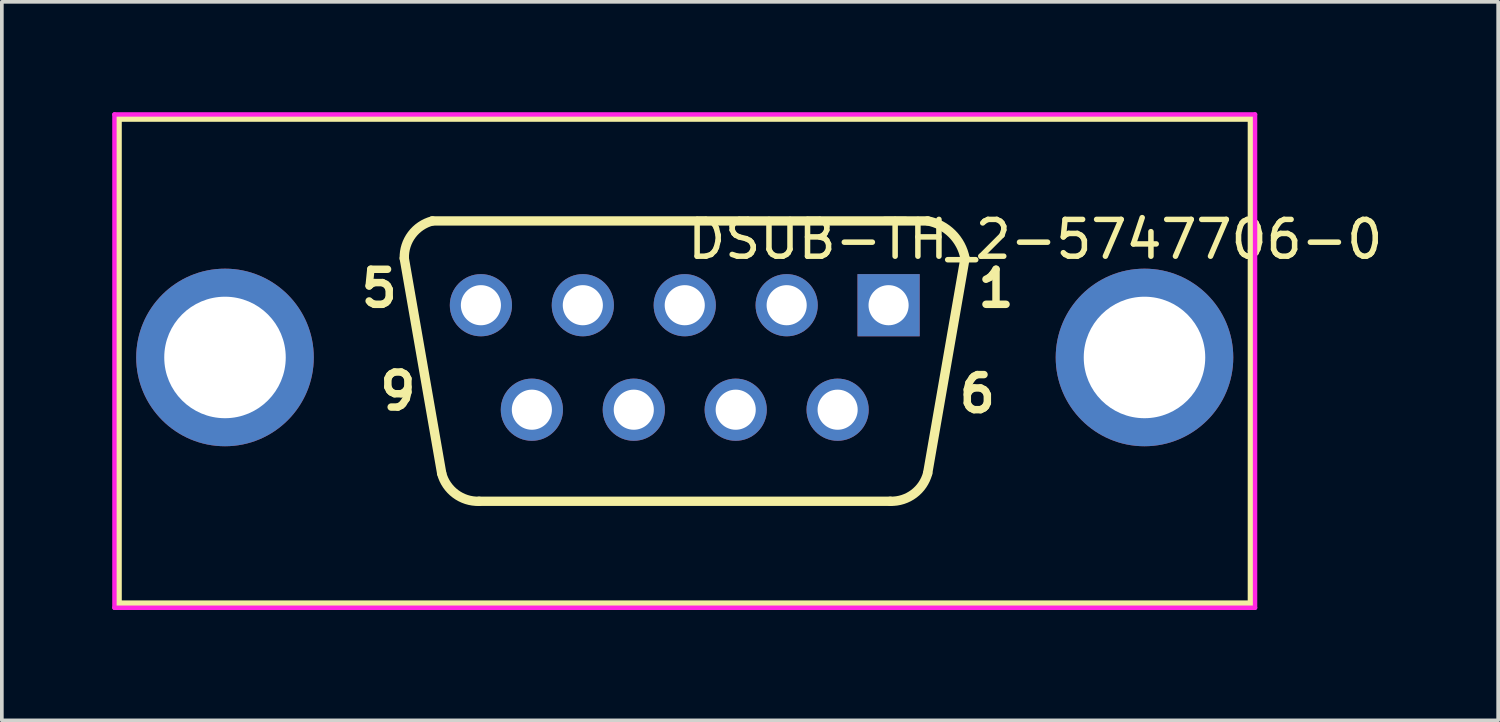
<source format=kicad_pcb>
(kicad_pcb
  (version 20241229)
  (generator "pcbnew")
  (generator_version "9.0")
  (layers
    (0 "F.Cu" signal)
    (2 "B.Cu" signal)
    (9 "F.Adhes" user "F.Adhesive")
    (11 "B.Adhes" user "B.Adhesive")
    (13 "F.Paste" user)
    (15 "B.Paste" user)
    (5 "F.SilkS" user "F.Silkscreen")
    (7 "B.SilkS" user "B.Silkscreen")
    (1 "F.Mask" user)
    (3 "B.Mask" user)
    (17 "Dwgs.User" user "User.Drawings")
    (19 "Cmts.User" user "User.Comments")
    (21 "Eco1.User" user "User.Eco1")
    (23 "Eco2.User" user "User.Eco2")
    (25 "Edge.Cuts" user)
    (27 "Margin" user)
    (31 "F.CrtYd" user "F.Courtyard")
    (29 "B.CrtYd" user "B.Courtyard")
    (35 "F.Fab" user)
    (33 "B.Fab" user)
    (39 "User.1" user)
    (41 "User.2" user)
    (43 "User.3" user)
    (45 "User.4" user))
  (footprint "DSUB-TH_2-5747706-0"
    (layer "F.Cu")
    (at 15.56 6.665)
    (property "Reference" "DSUB-TH_2-5747706-0" (at 0 -3.207 0) (layer "F.SilkS") (effects (font (size 1 1) (thickness 0.15)) (justify left)))
    (attr through_hole)
    (fp_line (start -15.4 -6.505) (end 15.4 -6.505) (stroke (width 0.2) (type solid)) (layer "F.SilkS"))
    (fp_line (start -15.4 6.703) (end -15.4 -6.505) (stroke (width 0.2) (type solid)) (layer "F.SilkS"))
    (fp_line (start -7.623 -2.695) (end -6.606 3.147) (stroke (width 0.254) (type solid)) (layer "F.SilkS"))
    (fp_line (start -6.86 -3.711) (end 6.602 -3.711) (stroke (width 0.254) (type solid)) (layer "F.SilkS"))
    (fp_line (start -5.59 3.909) (end 5.586 3.909) (stroke (width 0.254) (type solid)) (layer "F.SilkS"))
    (fp_line (start 6.602 3.147) (end 7.617 -2.695) (stroke (width 0.254) (type solid)) (layer "F.SilkS"))
    (fp_line (start 15.4 -6.505) (end 15.4 -2.9) (stroke (width 0.2) (type solid)) (layer "F.SilkS"))
    (fp_line (start 15.4 -2.9) (end 15.4 6.703) (stroke (width 0.2) (type solid)) (layer "F.SilkS"))
    (fp_line (start 15.4 6.703) (end -15.4 6.703) (stroke (width 0.2) (type solid)) (layer "F.SilkS"))
    (fp_arc (start -7.622 -2.695) (mid -7.418437 -3.335771) (end -6.860181 -3.710438) (stroke (width 0.254) (type solid)) (layer "F.SilkS"))
    (fp_arc (start -5.59 3.909) (mid -6.231611 3.705842) (end -6.607188 3.14738) (stroke (width 0.254) (type solid)) (layer "F.SilkS"))
    (fp_arc (start 6.602 -3.711) (mid 7.26656 -3.359479) (end 7.617283 -2.694498) (stroke (width 0.254) (type solid)) (layer "F.SilkS"))
    (fp_arc (start 6.602 3.147) (mid 6.226701 3.705428) (end 5.585328 3.908732) (stroke (width 0.254) (type solid)) (layer "F.SilkS"))
    (fp_circle (center -12.495 0) (end -11.72 0) (stroke (width 1.551) (type solid)) (fill no) (layer "Eco2.User"))
    (fp_circle (center -5.54 -1.42) (end -5.317 -1.42) (stroke (width 0.445) (type solid)) (fill no) (layer "Eco2.User"))
    (fp_circle (center -4.155 1.42) (end -3.932 1.42) (stroke (width 0.445) (type solid)) (fill no) (layer "Eco2.User"))
    (fp_circle (center -2.77 -1.42) (end -2.548 -1.42) (stroke (width 0.445) (type solid)) (fill no) (layer "Eco2.User"))
    (fp_circle (center -1.385 1.42) (end -1.163 1.42) (stroke (width 0.445) (type solid)) (fill no) (layer "Eco2.User"))
    (fp_circle (center 0 -1.42) (end 0.223 -1.42) (stroke (width 0.445) (type solid)) (fill no) (layer "Eco2.User"))
    (fp_circle (center 1.385 1.42) (end 1.608 1.42) (stroke (width 0.445) (type solid)) (fill no) (layer "Eco2.User"))
    (fp_circle (center 2.77 -1.42) (end 2.993 -1.42) (stroke (width 0.445) (type solid)) (fill no) (layer "Eco2.User"))
    (fp_circle (center 4.155 1.42) (end 4.377 1.42) (stroke (width 0.445) (type solid)) (fill no) (layer "Eco2.User"))
    (fp_circle (center 5.54 -1.42) (end 5.762 -1.42) (stroke (width 0.445) (type solid)) (fill no) (layer "Eco2.User"))
    (fp_circle (center 12.495 0) (end 13.271 0) (stroke (width 1.551) (type solid)) (fill no) (layer "Eco2.User"))
    (fp_circle (center 15.5 -6.605) (end 15.53 -6.605) (stroke (width 0.06) (type solid)) (fill no) (layer "Eco2.User"))
    (fp_line (start -15.5 -6.605) (end 15.5 -6.605) (stroke (width 0.12) (type solid)) (layer "F.CrtYd"))
    (fp_line (start -15.5 6.803) (end -15.5 -6.605) (stroke (width 0.12) (type solid)) (layer "F.CrtYd"))
    (fp_line (start 15.5 -6.605) (end 15.5 6.803) (stroke (width 0.12) (type solid)) (layer "F.CrtYd"))
    (fp_line (start 15.5 6.803) (end -15.5 6.803) (stroke (width 0.12) (type solid)) (layer "F.CrtYd"))
    (fp_text user "1" (at 7.872 -1.875 0) (layer "F.SilkS") (effects (font (size 0.953 0.953) (thickness 0.203)) (justify left)))
    (fp_text user "5" (at -8.892 -1.875 0) (layer "F.SilkS") (effects (font (size 0.953 0.953) (thickness 0.203)) (justify left)))
    (fp_text user "9" (at -8.384 0.918 0) (layer "F.SilkS") (effects (font (size 0.953 0.953) (thickness 0.203)) (justify left)))
    (fp_text user "6" (at 7.364 0.988 0) (layer "F.SilkS") (effects (font (size 0.953 0.953) (thickness 0.203)) (justify left)))
    (pad "1" thru_hole rect (at 5.54 -1.42) (size 1.69 1.69) (drill 1.09) (layers "*.Cu" "*.Mask"))
    (pad "2" thru_hole circle (at 2.77 -1.42) (size 1.69 1.69) (drill 1.09) (layers "*.Cu" "*.Mask"))
    (pad "3" thru_hole circle (at 0 -1.42) (size 1.69 1.69) (drill 1.09) (layers "*.Cu" "*.Mask"))
    (pad "4" thru_hole circle (at -2.77 -1.42) (size 1.69 1.69) (drill 1.09) (layers "*.Cu" "*.Mask"))
    (pad "5" thru_hole circle (at -5.54 -1.42) (size 1.69 1.69) (drill 1.09) (layers "*.Cu" "*.Mask"))
    (pad "6" thru_hole circle (at 4.155 1.42) (size 1.69 1.69) (drill 1.09) (layers "*.Cu" "*.Mask"))
    (pad "7" thru_hole circle (at 1.385 1.42) (size 1.69 1.69) (drill 1.09) (layers "*.Cu" "*.Mask"))
    (pad "8" thru_hole circle (at -1.385 1.42) (size 1.69 1.69) (drill 1.09) (layers "*.Cu" "*.Mask"))
    (pad "9" thru_hole circle (at -4.155 1.42) (size 1.69 1.69) (drill 1.09) (layers "*.Cu" "*.Mask"))
    (pad "10" thru_hole circle (at 12.495 0) (size 4.826 4.826) (drill 3.302) (layers "*.Cu" "*.Mask"))
    (pad "11" thru_hole circle (at -12.495 0) (size 4.826 4.826) (drill 3.302) (layers "*.Cu" "*.Mask")))
  (gr_rect
    (start -3 -3)
    (end 37.667 16.528)
    (stroke (width 0.1) (type default))
    (fill no)
    (layer "Edge.Cuts")))
</source>
